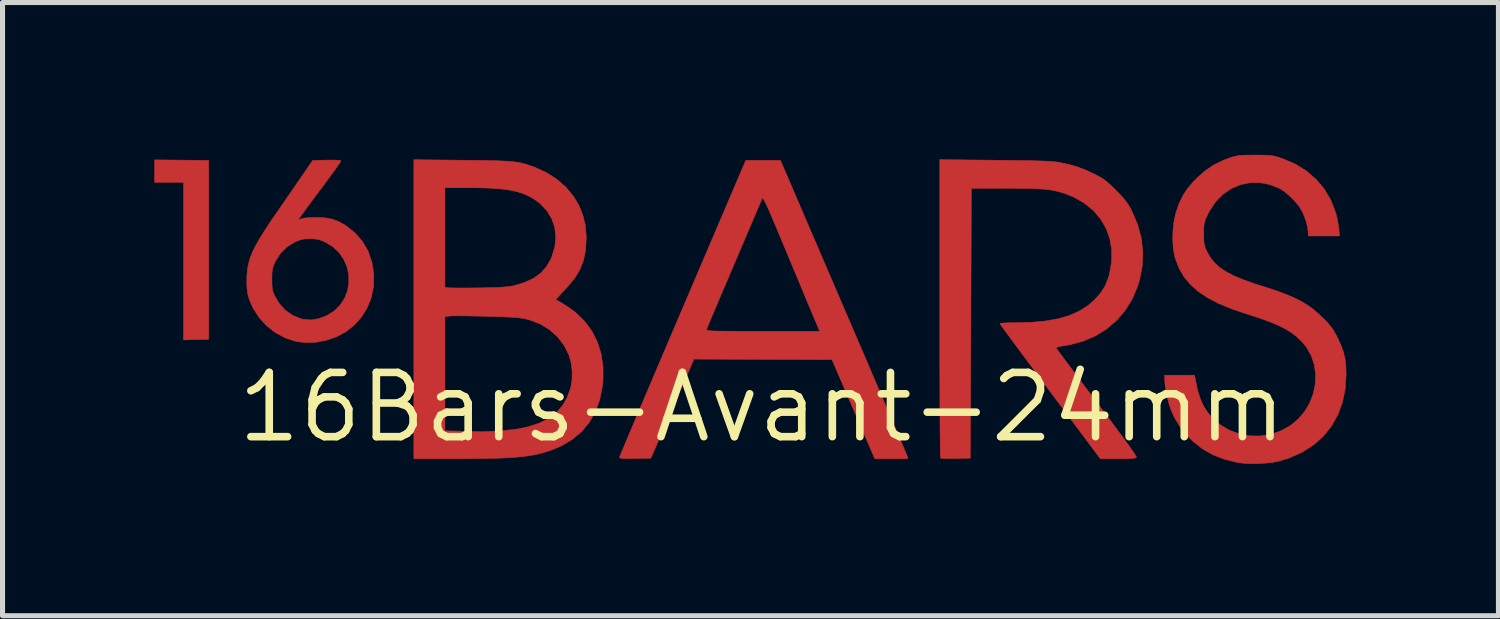
<source format=kicad_pcb>
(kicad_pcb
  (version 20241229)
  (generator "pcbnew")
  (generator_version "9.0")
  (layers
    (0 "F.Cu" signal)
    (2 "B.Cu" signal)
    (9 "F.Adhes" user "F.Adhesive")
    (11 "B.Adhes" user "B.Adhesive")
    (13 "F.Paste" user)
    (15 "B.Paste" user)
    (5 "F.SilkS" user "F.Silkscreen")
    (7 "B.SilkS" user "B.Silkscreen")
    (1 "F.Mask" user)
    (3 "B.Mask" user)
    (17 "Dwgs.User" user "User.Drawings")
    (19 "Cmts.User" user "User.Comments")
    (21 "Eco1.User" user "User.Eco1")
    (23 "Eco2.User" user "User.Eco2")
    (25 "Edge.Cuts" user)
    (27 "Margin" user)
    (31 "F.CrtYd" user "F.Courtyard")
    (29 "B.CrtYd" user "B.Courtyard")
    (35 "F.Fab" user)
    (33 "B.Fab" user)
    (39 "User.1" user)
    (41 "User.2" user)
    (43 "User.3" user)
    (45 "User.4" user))
  (footprint "16Bars-Avant-24mm"
    (layer "F.Cu")
    (at 12.007 4.999)
    (property "Reference" "16Bars-Avant-24mm" (at 0 0 0) (layer "F.SilkS") (effects (font (size 1.27 1.27) (thickness 0.15))))
    (attr through_hole)
    (fp_poly (pts (xy -10.933 -4.879) (xy -10.933 -1.344) (xy -11.43 -1.332) (xy -11.43 -4.445) (xy -12.002 -4.445) (xy -12.002 -4.89) (xy -10.933 -4.879)) (stroke (width 0.01) (type solid)) (fill yes) (layer "F.Cu"))
    (fp_poly (pts (xy 1.612 -1.979) (xy 1.756 -1.646) (xy 1.894 -1.322) (xy 2.028 -1.012) (xy 2.155 -0.715) (xy 2.274 -0.436) (xy 2.386 -0.175) (xy 2.488 0.064) (xy 2.58 0.28) (xy 2.662 0.471) (xy 2.731 0.634) (xy 2.788 0.768) (xy 2.83 0.869) (xy 2.858 0.936) (xy 2.871 0.967) (xy 2.871 0.968) (xy 2.883 1.016) (xy 2.23 1.016) (xy 1.807 0.037) (xy 1.384 -0.942) (xy 0.02 -0.947) (xy -1.344 -0.953) (xy -1.769 0.026) (xy -2.195 1.005) (xy -2.505 1.011) (xy -2.631 1.013) (xy -2.72 1.012) (xy -2.777 1.008) (xy -2.807 1) (xy -2.815 0.99) (xy -2.807 0.968) (xy -2.783 0.909) (xy -2.744 0.815) (xy -2.691 0.689) (xy -2.626 0.533) (xy -2.548 0.348) (xy -2.459 0.138) (xy -2.36 -0.097) (xy -2.251 -0.353) (xy -2.134 -0.628) (xy -2.009 -0.921) (xy -1.878 -1.23) (xy -1.749 -1.532) (xy -1.095 -1.532) (xy -1.089 -1.525) (xy -1.074 -1.519) (xy -1.045 -1.515) (xy -1 -1.511) (xy -0.936 -1.508) (xy -0.848 -1.506) (xy -0.735 -1.505) (xy -0.591 -1.504) (xy -0.415 -1.503) (xy -0.203 -1.503) (xy 0.018 -1.503) (xy 1.142 -1.503) (xy 1.09 -1.625) (xy 1.072 -1.666) (xy 1.04 -1.742) (xy 0.995 -1.85) (xy 0.938 -1.986) (xy 0.871 -2.145) (xy 0.796 -2.325) (xy 0.715 -2.522) (xy 0.627 -2.731) (xy 0.537 -2.949) (xy 0.531 -2.963) (xy 0.426 -3.213) (xy 0.337 -3.427) (xy 0.261 -3.606) (xy 0.198 -3.755) (xy 0.146 -3.874) (xy 0.105 -3.967) (xy 0.072 -4.037) (xy 0.047 -4.086) (xy 0.029 -4.117) (xy 0.016 -4.132) (xy 0.008 -4.134) (xy 0.003 -4.127) (xy -0.009 -4.099) (xy -0.035 -4.035) (xy -0.076 -3.939) (xy -0.129 -3.815) (xy -0.193 -3.665) (xy -0.266 -3.494) (xy -0.347 -3.304) (xy -0.434 -3.1) (xy -0.526 -2.884) (xy -0.551 -2.826) (xy -0.644 -2.608) (xy -0.732 -2.401) (xy -0.814 -2.209) (xy -0.888 -2.034) (xy -0.953 -1.88) (xy -1.008 -1.751) (xy -1.05 -1.649) (xy -1.079 -1.579) (xy -1.094 -1.543) (xy -1.095 -1.54) (xy -1.095 -1.532) (xy -1.749 -1.532) (xy -1.741 -1.551) (xy -1.599 -1.883) (xy -1.567 -1.958) (xy -0.32 -4.879) (xy 0.366 -4.879) (xy 1.612 -1.979)) (stroke (width 0.01) (type solid)) (fill yes) (layer "F.Cu"))
    (fp_poly (pts (xy -8.379 -4.883) (xy -8.329 -4.876) (xy -8.319 -4.869) (xy -8.331 -4.847) (xy -8.366 -4.796) (xy -8.42 -4.719) (xy -8.491 -4.621) (xy -8.576 -4.505) (xy -8.671 -4.377) (xy -8.742 -4.283) (xy -8.843 -4.148) (xy -8.934 -4.024) (xy -9.014 -3.916) (xy -9.079 -3.826) (xy -9.126 -3.76) (xy -9.153 -3.72) (xy -9.158 -3.711) (xy -9.135 -3.713) (xy -9.091 -3.728) (xy -9.089 -3.728) (xy -9.04 -3.74) (xy -8.961 -3.748) (xy -8.863 -3.753) (xy -8.805 -3.753) (xy -8.635 -3.745) (xy -8.491 -3.718) (xy -8.36 -3.669) (xy -8.227 -3.593) (xy -8.217 -3.586) (xy -8.038 -3.444) (xy -7.892 -3.276) (xy -7.783 -3.086) (xy -7.709 -2.874) (xy -7.671 -2.642) (xy -7.669 -2.614) (xy -7.676 -2.382) (xy -7.722 -2.162) (xy -7.806 -1.956) (xy -7.926 -1.769) (xy -8.08 -1.604) (xy -8.228 -1.49) (xy -8.403 -1.396) (xy -8.598 -1.328) (xy -8.804 -1.287) (xy -9.009 -1.277) (xy -9.201 -1.3) (xy -9.207 -1.302) (xy -9.419 -1.371) (xy -9.615 -1.476) (xy -9.79 -1.614) (xy -9.941 -1.779) (xy -10.06 -1.967) (xy -10.133 -2.137) (xy -10.158 -2.226) (xy -10.173 -2.318) (xy -10.18 -2.428) (xy -10.18 -2.487) (xy -10.179 -2.529) (xy -9.684 -2.529) (xy -9.682 -2.425) (xy -9.677 -2.35) (xy -9.664 -2.29) (xy -9.643 -2.231) (xy -9.627 -2.197) (xy -9.535 -2.046) (xy -9.415 -1.917) (xy -9.273 -1.817) (xy -9.116 -1.752) (xy -9.058 -1.738) (xy -8.907 -1.727) (xy -8.752 -1.753) (xy -8.6 -1.812) (xy -8.452 -1.904) (xy -8.334 -2.02) (xy -8.247 -2.155) (xy -8.19 -2.303) (xy -8.163 -2.459) (xy -8.166 -2.617) (xy -8.199 -2.773) (xy -8.262 -2.921) (xy -8.355 -3.056) (xy -8.477 -3.172) (xy -8.628 -3.264) (xy -8.63 -3.265) (xy -8.717 -3.302) (xy -8.791 -3.322) (xy -8.873 -3.33) (xy -8.932 -3.331) (xy -9.03 -3.328) (xy -9.106 -3.315) (xy -9.182 -3.288) (xy -9.23 -3.267) (xy -9.387 -3.17) (xy -9.516 -3.043) (xy -9.615 -2.885) (xy -9.618 -2.879) (xy -9.649 -2.81) (xy -9.668 -2.752) (xy -9.679 -2.691) (xy -9.683 -2.613) (xy -9.684 -2.529) (xy -10.179 -2.529) (xy -10.177 -2.615) (xy -10.166 -2.733) (xy -10.144 -2.847) (xy -10.11 -2.961) (xy -10.062 -3.081) (xy -9.996 -3.211) (xy -9.912 -3.357) (xy -9.807 -3.524) (xy -9.679 -3.716) (xy -9.604 -3.824) (xy -9.503 -3.971) (xy -9.398 -4.123) (xy -9.296 -4.271) (xy -9.202 -4.408) (xy -9.121 -4.525) (xy -9.067 -4.604) (xy -8.878 -4.879) (xy -8.598 -4.885) (xy -8.469 -4.886) (xy -8.379 -4.883)) (stroke (width 0.01) (type solid)) (fill yes) (layer "F.Cu"))
    (fp_poly (pts (xy 4.609 -4.883) (xy 4.866 -4.881) (xy 5.084 -4.878) (xy 5.267 -4.875) (xy 5.42 -4.871) (xy 5.545 -4.867) (xy 5.647 -4.863) (xy 5.73 -4.857) (xy 5.796 -4.851) (xy 5.851 -4.844) (xy 5.884 -4.838) (xy 6.077 -4.796) (xy 6.246 -4.747) (xy 6.406 -4.685) (xy 6.567 -4.61) (xy 6.661 -4.561) (xy 6.738 -4.516) (xy 6.806 -4.466) (xy 6.878 -4.403) (xy 6.964 -4.32) (xy 6.997 -4.288) (xy 7.093 -4.189) (xy 7.165 -4.108) (xy 7.221 -4.032) (xy 7.27 -3.953) (xy 7.307 -3.884) (xy 7.423 -3.615) (xy 7.496 -3.344) (xy 7.527 -3.071) (xy 7.516 -2.796) (xy 7.463 -2.52) (xy 7.428 -2.403) (xy 7.323 -2.151) (xy 7.185 -1.924) (xy 7.016 -1.725) (xy 6.819 -1.554) (xy 6.596 -1.414) (xy 6.349 -1.307) (xy 6.08 -1.235) (xy 5.98 -1.218) (xy 5.902 -1.205) (xy 5.843 -1.191) (xy 5.814 -1.179) (xy 5.812 -1.177) (xy 5.825 -1.157) (xy 5.861 -1.107) (xy 5.919 -1.029) (xy 5.995 -0.925) (xy 6.089 -0.8) (xy 6.197 -0.656) (xy 6.317 -0.495) (xy 6.448 -0.321) (xy 6.587 -0.137) (xy 6.613 -0.102) (xy 6.779 0.118) (xy 6.928 0.318) (xy 7.059 0.494) (xy 7.171 0.647) (xy 7.262 0.773) (xy 7.331 0.871) (xy 7.377 0.941) (xy 7.399 0.979) (xy 7.4 0.985) (xy 7.389 0.997) (xy 7.361 1.005) (xy 7.31 1.011) (xy 7.232 1.014) (xy 7.12 1.016) (xy 7.038 1.016) (xy 6.687 1.016) (xy 5.698 -0.307) (xy 5.542 -0.517) (xy 5.394 -0.716) (xy 5.254 -0.903) (xy 5.126 -1.075) (xy 5.011 -1.23) (xy 4.912 -1.365) (xy 4.829 -1.477) (xy 4.766 -1.563) (xy 4.723 -1.622) (xy 4.704 -1.65) (xy 4.703 -1.652) (xy 4.72 -1.66) (xy 4.776 -1.666) (xy 4.867 -1.67) (xy 4.99 -1.672) (xy 5.021 -1.672) (xy 5.339 -1.681) (xy 5.621 -1.708) (xy 5.871 -1.754) (xy 6.09 -1.82) (xy 6.281 -1.907) (xy 6.448 -2.015) (xy 6.574 -2.125) (xy 6.694 -2.261) (xy 6.782 -2.4) (xy 6.845 -2.556) (xy 6.868 -2.635) (xy 6.91 -2.876) (xy 6.912 -3.108) (xy 6.875 -3.329) (xy 6.801 -3.534) (xy 6.692 -3.722) (xy 6.548 -3.89) (xy 6.372 -4.034) (xy 6.165 -4.153) (xy 5.997 -4.221) (xy 5.911 -4.248) (xy 5.83 -4.27) (xy 5.746 -4.288) (xy 5.654 -4.302) (xy 5.549 -4.312) (xy 5.425 -4.319) (xy 5.276 -4.324) (xy 5.098 -4.326) (xy 4.884 -4.327) (xy 4.837 -4.328) (xy 4.138 -4.329) (xy 4.128 -1.662) (xy 4.117 1.005) (xy 3.83 1.011) (xy 3.724 1.012) (xy 3.633 1.011) (xy 3.566 1.008) (xy 3.531 1.004) (xy 3.528 1.002) (xy 3.527 0.98) (xy 3.525 0.917) (xy 3.523 0.818) (xy 3.522 0.683) (xy 3.52 0.515) (xy 3.519 0.317) (xy 3.518 0.091) (xy 3.517 -0.16) (xy 3.516 -0.434) (xy 3.515 -0.729) (xy 3.514 -1.041) (xy 3.514 -1.37) (xy 3.514 -1.712) (xy 3.514 -1.953) (xy 3.514 -4.894) (xy 4.609 -4.883)) (stroke (width 0.01) (type solid)) (fill yes) (layer "F.Cu"))
    (fp_poly (pts (xy -5.921 -4.883) (xy -5.678 -4.881) (xy -5.472 -4.878) (xy -5.299 -4.874) (xy -5.155 -4.869) (xy -5.035 -4.863) (xy -4.934 -4.855) (xy -4.848 -4.844) (xy -4.772 -4.831) (xy -4.701 -4.814) (xy -4.631 -4.793) (xy -4.558 -4.768) (xy -4.49 -4.744) (xy -4.261 -4.64) (xy -4.054 -4.507) (xy -3.873 -4.349) (xy -3.723 -4.168) (xy -3.621 -3.997) (xy -3.541 -3.802) (xy -3.492 -3.603) (xy -3.473 -3.386) (xy -3.472 -3.334) (xy -3.485 -3.106) (xy -3.526 -2.904) (xy -3.598 -2.72) (xy -3.704 -2.546) (xy -3.848 -2.374) (xy -3.891 -2.329) (xy -3.963 -2.255) (xy -4.02 -2.193) (xy -4.058 -2.147) (xy -4.072 -2.124) (xy -4.071 -2.122) (xy -4.026 -2.101) (xy -3.958 -2.062) (xy -3.877 -2.011) (xy -3.794 -1.955) (xy -3.719 -1.902) (xy -3.679 -1.87) (xy -3.502 -1.699) (xy -3.359 -1.504) (xy -3.25 -1.287) (xy -3.177 -1.051) (xy -3.14 -0.799) (xy -3.14 -0.533) (xy -3.153 -0.413) (xy -3.206 -0.15) (xy -3.292 0.086) (xy -3.41 0.295) (xy -3.561 0.477) (xy -3.745 0.632) (xy -3.961 0.76) (xy -4.113 0.827) (xy -4.223 0.866) (xy -4.334 0.9) (xy -4.451 0.929) (xy -4.577 0.953) (xy -4.717 0.972) (xy -4.875 0.987) (xy -5.055 0.999) (xy -5.261 1.007) (xy -5.497 1.012) (xy -5.768 1.015) (xy -6.048 1.016) (xy -6.879 1.016) (xy -6.879 -1.794) (xy -6.265 -1.794) (xy -6.265 0.464) (xy -5.974 0.471) (xy -5.857 0.474) (xy -5.745 0.477) (xy -5.649 0.479) (xy -5.583 0.482) (xy -5.577 0.482) (xy -5.517 0.482) (xy -5.426 0.479) (xy -5.315 0.474) (xy -5.195 0.467) (xy -5.161 0.465) (xy -4.872 0.435) (xy -4.619 0.384) (xy -4.402 0.314) (xy -4.217 0.221) (xy -4.064 0.106) (xy -3.942 -0.032) (xy -3.848 -0.196) (xy -3.781 -0.384) (xy -3.776 -0.402) (xy -3.753 -0.55) (xy -3.751 -0.714) (xy -3.77 -0.876) (xy -3.808 -1.019) (xy -3.809 -1.021) (xy -3.905 -1.217) (xy -4.035 -1.388) (xy -4.194 -1.531) (xy -4.381 -1.646) (xy -4.592 -1.727) (xy -4.629 -1.737) (xy -4.685 -1.751) (xy -4.746 -1.761) (xy -4.818 -1.77) (xy -4.907 -1.778) (xy -5.018 -1.784) (xy -5.157 -1.79) (xy -5.33 -1.795) (xy -5.419 -1.798) (xy -5.583 -1.802) (xy -5.739 -1.805) (xy -5.88 -1.807) (xy -6 -1.808) (xy -6.091 -1.807) (xy -6.148 -1.805) (xy -6.154 -1.805) (xy -6.265 -1.794) (xy -6.879 -1.794) (xy -6.879 -2.373) (xy -6.265 -2.373) (xy -6.207 -2.363) (xy -6.17 -2.361) (xy -6.098 -2.359) (xy -5.996 -2.358) (xy -5.871 -2.358) (xy -5.729 -2.359) (xy -5.609 -2.36) (xy -5.418 -2.363) (xy -5.264 -2.368) (xy -5.141 -2.374) (xy -5.043 -2.382) (xy -4.964 -2.392) (xy -4.913 -2.402) (xy -4.699 -2.464) (xy -4.52 -2.546) (xy -4.374 -2.65) (xy -4.259 -2.778) (xy -4.17 -2.933) (xy -4.151 -2.979) (xy -4.092 -3.178) (xy -4.074 -3.372) (xy -4.096 -3.558) (xy -4.156 -3.731) (xy -4.252 -3.889) (xy -4.386 -4.028) (xy -4.494 -4.109) (xy -4.603 -4.172) (xy -4.72 -4.224) (xy -4.85 -4.264) (xy -4.998 -4.295) (xy -5.169 -4.317) (xy -5.368 -4.331) (xy -5.601 -4.338) (xy -5.763 -4.339) (xy -6.265 -4.339) (xy -6.265 -2.373) (xy -6.879 -2.373) (xy -6.879 -4.893) (xy -5.921 -4.883)) (stroke (width 0.01) (type solid)) (fill yes) (layer "F.Cu"))
    (fp_poly (pts (xy 9.876 -4.984) (xy 9.972 -4.982) (xy 10.046 -4.977) (xy 10.108 -4.968) (xy 10.167 -4.954) (xy 10.234 -4.933) (xy 10.287 -4.915) (xy 10.539 -4.807) (xy 10.762 -4.669) (xy 10.954 -4.503) (xy 11.115 -4.309) (xy 11.244 -4.089) (xy 11.338 -3.845) (xy 11.345 -3.822) (xy 11.369 -3.72) (xy 11.39 -3.606) (xy 11.4 -3.534) (xy 11.414 -3.387) (xy 10.795 -3.387) (xy 10.795 -3.455) (xy 10.784 -3.551) (xy 10.755 -3.668) (xy 10.711 -3.792) (xy 10.676 -3.871) (xy 10.616 -3.969) (xy 10.529 -4.075) (xy 10.428 -4.177) (xy 10.324 -4.265) (xy 10.229 -4.326) (xy 10.033 -4.403) (xy 9.835 -4.44) (xy 9.64 -4.438) (xy 9.452 -4.399) (xy 9.275 -4.323) (xy 9.113 -4.212) (xy 8.97 -4.068) (xy 8.851 -3.892) (xy 8.823 -3.84) (xy 8.782 -3.756) (xy 8.756 -3.693) (xy 8.741 -3.637) (xy 8.733 -3.574) (xy 8.731 -3.491) (xy 8.731 -3.43) (xy 8.732 -3.327) (xy 8.736 -3.253) (xy 8.747 -3.195) (xy 8.765 -3.141) (xy 8.794 -3.078) (xy 8.8 -3.065) (xy 8.866 -2.953) (xy 8.946 -2.853) (xy 9.047 -2.762) (xy 9.172 -2.679) (xy 9.324 -2.599) (xy 9.508 -2.522) (xy 9.728 -2.444) (xy 9.864 -2.401) (xy 10.101 -2.325) (xy 10.303 -2.253) (xy 10.475 -2.183) (xy 10.623 -2.112) (xy 10.754 -2.036) (xy 10.874 -1.953) (xy 10.987 -1.858) (xy 11.093 -1.758) (xy 11.182 -1.666) (xy 11.248 -1.588) (xy 11.302 -1.509) (xy 11.353 -1.417) (xy 11.374 -1.376) (xy 11.445 -1.219) (xy 11.494 -1.081) (xy 11.525 -0.946) (xy 11.54 -0.798) (xy 11.544 -0.646) (xy 11.526 -0.36) (xy 11.47 -0.094) (xy 11.379 0.151) (xy 11.253 0.373) (xy 11.094 0.57) (xy 10.903 0.741) (xy 10.681 0.884) (xy 10.43 0.997) (xy 10.225 1.062) (xy 10.086 1.089) (xy 9.922 1.106) (xy 9.747 1.114) (xy 9.579 1.111) (xy 9.431 1.096) (xy 9.398 1.091) (xy 9.14 1.027) (xy 8.912 0.939) (xy 8.708 0.823) (xy 8.52 0.675) (xy 8.432 0.589) (xy 8.277 0.406) (xy 8.155 0.209) (xy 8.086 0.057) (xy 8.048 -0.056) (xy 8.012 -0.189) (xy 7.984 -0.328) (xy 7.965 -0.457) (xy 7.959 -0.553) (xy 7.959 -0.635) (xy 8.549 -0.635) (xy 8.563 -0.556) (xy 8.607 -0.345) (xy 8.662 -0.169) (xy 8.731 -0.018) (xy 8.818 0.114) (xy 8.885 0.193) (xy 9.047 0.338) (xy 9.231 0.449) (xy 9.43 0.525) (xy 9.639 0.564) (xy 9.855 0.566) (xy 10.07 0.529) (xy 10.266 0.46) (xy 10.446 0.359) (xy 10.6 0.23) (xy 10.727 0.08) (xy 10.826 -0.089) (xy 10.895 -0.269) (xy 10.934 -0.457) (xy 10.941 -0.648) (xy 10.916 -0.836) (xy 10.856 -1.017) (xy 10.761 -1.186) (xy 10.673 -1.295) (xy 10.577 -1.387) (xy 10.469 -1.471) (xy 10.344 -1.548) (xy 10.196 -1.623) (xy 10.02 -1.696) (xy 9.813 -1.77) (xy 9.582 -1.844) (xy 9.284 -1.945) (xy 9.025 -2.052) (xy 8.804 -2.167) (xy 8.617 -2.293) (xy 8.463 -2.431) (xy 8.339 -2.582) (xy 8.242 -2.75) (xy 8.17 -2.936) (xy 8.156 -2.986) (xy 8.129 -3.131) (xy 8.118 -3.301) (xy 8.122 -3.481) (xy 8.14 -3.659) (xy 8.173 -3.818) (xy 8.18 -3.842) (xy 8.243 -4.025) (xy 8.316 -4.18) (xy 8.407 -4.32) (xy 8.525 -4.458) (xy 8.584 -4.519) (xy 8.753 -4.671) (xy 8.928 -4.79) (xy 9.122 -4.884) (xy 9.26 -4.935) (xy 9.323 -4.955) (xy 9.382 -4.968) (xy 9.447 -4.977) (xy 9.527 -4.982) (xy 9.633 -4.984) (xy 9.747 -4.985) (xy 9.876 -4.984)) (stroke (width 0.01) (type solid)) (fill yes) (layer "F.Cu"))
    (fp_poly (pts (xy -10.933 -4.879) (xy -10.933 -1.344) (xy -11.43 -1.332) (xy -11.43 -4.445) (xy -12.002 -4.445) (xy -12.002 -4.89) (xy -10.933 -4.879)) (stroke (width 0.01) (type solid)) (fill yes) (layer "F.Mask"))
    (fp_poly (pts (xy 1.612 -1.979) (xy 1.755 -1.646) (xy 1.894 -1.322) (xy 2.027 -1.012) (xy 2.154 -0.715) (xy 2.274 -0.436) (xy 2.386 -0.175) (xy 2.488 0.064) (xy 2.58 0.28) (xy 2.662 0.471) (xy 2.731 0.634) (xy 2.787 0.768) (xy 2.83 0.869) (xy 2.858 0.936) (xy 2.87 0.967) (xy 2.871 0.968) (xy 2.883 1.016) (xy 2.231 1.016) (xy 1.808 0.037) (xy 1.384 -0.942) (xy 0.02 -0.947) (xy -1.344 -0.953) (xy -1.77 0.026) (xy -2.196 1.005) (xy -2.508 1.011) (xy -2.82 1.017) (xy -2.808 0.969) (xy -2.798 0.944) (xy -2.773 0.883) (xy -2.733 0.787) (xy -2.679 0.658) (xy -2.612 0.5) (xy -2.533 0.313) (xy -2.443 0.101) (xy -2.343 -0.135) (xy -2.233 -0.393) (xy -2.116 -0.67) (xy -1.991 -0.964) (xy -1.859 -1.272) (xy -1.754 -1.518) (xy -1.101 -1.518) (xy -1.08 -1.515) (xy -1.021 -1.512) (xy -0.928 -1.51) (xy -0.804 -1.508) (xy -0.653 -1.506) (xy -0.479 -1.504) (xy -0.286 -1.503) (xy -0.078 -1.503) (xy 0.02 -1.503) (xy 1.141 -1.503) (xy 1.041 -1.742) (xy 0.87 -2.156) (xy 0.714 -2.53) (xy 0.574 -2.866) (xy 0.45 -3.162) (xy 0.341 -3.419) (xy 0.249 -3.638) (xy 0.172 -3.818) (xy 0.11 -3.959) (xy 0.065 -4.062) (xy 0.034 -4.126) (xy 0.02 -4.152) (xy 0.019 -4.152) (xy 0.008 -4.131) (xy -0.017 -4.074) (xy -0.055 -3.987) (xy -0.105 -3.872) (xy -0.164 -3.733) (xy -0.232 -3.576) (xy -0.306 -3.402) (xy -0.385 -3.218) (xy -0.467 -3.025) (xy -0.55 -2.829) (xy -0.634 -2.633) (xy -0.715 -2.441) (xy -0.793 -2.257) (xy -0.866 -2.084) (xy -0.932 -1.928) (xy -0.989 -1.791) (xy -1.036 -1.677) (xy -1.072 -1.592) (xy -1.094 -1.537) (xy -1.101 -1.518) (xy -1.754 -1.518) (xy -1.722 -1.594) (xy -1.58 -1.926) (xy -1.558 -1.979) (xy -0.319 -4.879) (xy 0.365 -4.879) (xy 1.612 -1.979)) (stroke (width 0.01) (type solid)) (fill yes) (layer "F.Mask"))
    (fp_poly (pts (xy -8.379 -4.883) (xy -8.329 -4.876) (xy -8.319 -4.869) (xy -8.331 -4.847) (xy -8.366 -4.796) (xy -8.42 -4.719) (xy -8.491 -4.621) (xy -8.576 -4.505) (xy -8.671 -4.377) (xy -8.742 -4.283) (xy -8.843 -4.148) (xy -8.934 -4.025) (xy -9.014 -3.916) (xy -9.08 -3.827) (xy -9.127 -3.761) (xy -9.155 -3.722) (xy -9.16 -3.713) (xy -9.138 -3.715) (xy -9.087 -3.724) (xy -9.017 -3.74) (xy -8.826 -3.764) (xy -8.635 -3.748) (xy -8.448 -3.697) (xy -8.27 -3.614) (xy -8.107 -3.5) (xy -7.962 -3.36) (xy -7.84 -3.196) (xy -7.748 -3.011) (xy -7.72 -2.932) (xy -7.694 -2.816) (xy -7.678 -2.676) (xy -7.672 -2.527) (xy -7.676 -2.382) (xy -7.692 -2.257) (xy -7.703 -2.212) (xy -7.779 -2.013) (xy -7.891 -1.824) (xy -8.031 -1.655) (xy -8.193 -1.514) (xy -8.229 -1.49) (xy -8.403 -1.396) (xy -8.598 -1.328) (xy -8.804 -1.287) (xy -9.008 -1.278) (xy -9.2 -1.3) (xy -9.207 -1.302) (xy -9.42 -1.37) (xy -9.613 -1.475) (xy -9.791 -1.619) (xy -9.821 -1.649) (xy -9.965 -1.814) (xy -10.069 -1.981) (xy -10.138 -2.158) (xy -10.174 -2.352) (xy -10.18 -2.484) (xy -9.693 -2.484) (xy -9.663 -2.31) (xy -9.597 -2.145) (xy -9.493 -1.994) (xy -9.471 -1.969) (xy -9.335 -1.853) (xy -9.183 -1.774) (xy -9.019 -1.733) (xy -8.849 -1.732) (xy -8.678 -1.772) (xy -8.522 -1.848) (xy -8.391 -1.955) (xy -8.287 -2.085) (xy -8.213 -2.235) (xy -8.171 -2.398) (xy -8.162 -2.568) (xy -8.189 -2.741) (xy -8.247 -2.897) (xy -8.342 -3.043) (xy -8.469 -3.167) (xy -8.624 -3.262) (xy -8.631 -3.265) (xy -8.792 -3.319) (xy -8.957 -3.333) (xy -9.12 -3.309) (xy -9.274 -3.25) (xy -9.412 -3.157) (xy -9.53 -3.032) (xy -9.554 -2.998) (xy -9.639 -2.834) (xy -9.685 -2.661) (xy -9.693 -2.484) (xy -10.18 -2.484) (xy -10.181 -2.506) (xy -10.177 -2.631) (xy -10.164 -2.75) (xy -10.139 -2.866) (xy -10.101 -2.984) (xy -10.046 -3.111) (xy -9.974 -3.249) (xy -9.882 -3.405) (xy -9.767 -3.584) (xy -9.629 -3.789) (xy -9.604 -3.825) (xy -9.503 -3.972) (xy -9.398 -4.123) (xy -9.296 -4.272) (xy -9.201 -4.408) (xy -9.121 -4.525) (xy -9.067 -4.604) (xy -8.878 -4.879) (xy -8.598 -4.885) (xy -8.469 -4.886) (xy -8.379 -4.883)) (stroke (width 0.01) (type solid)) (fill yes) (layer "F.Mask"))
    (fp_poly (pts (xy 4.985 -4.885) (xy 5.229 -4.881) (xy 5.442 -4.873) (xy 5.629 -4.86) (xy 5.794 -4.844) (xy 5.941 -4.822) (xy 6.074 -4.794) (xy 6.197 -4.76) (xy 6.314 -4.72) (xy 6.429 -4.672) (xy 6.535 -4.622) (xy 6.773 -4.483) (xy 6.98 -4.315) (xy 7.156 -4.119) (xy 7.3 -3.897) (xy 7.411 -3.651) (xy 7.486 -3.382) (xy 7.515 -3.212) (xy 7.528 -2.944) (xy 7.502 -2.682) (xy 7.439 -2.428) (xy 7.34 -2.188) (xy 7.209 -1.966) (xy 7.047 -1.765) (xy 6.856 -1.589) (xy 6.639 -1.443) (xy 6.551 -1.397) (xy 6.366 -1.315) (xy 6.195 -1.258) (xy 6.025 -1.223) (xy 5.949 -1.214) (xy 5.88 -1.205) (xy 5.829 -1.194) (xy 5.811 -1.187) (xy 5.822 -1.168) (xy 5.856 -1.118) (xy 5.912 -1.041) (xy 5.987 -0.938) (xy 6.079 -0.813) (xy 6.186 -0.669) (xy 6.306 -0.509) (xy 6.437 -0.335) (xy 6.576 -0.151) (xy 6.607 -0.109) (xy 6.772 0.11) (xy 6.921 0.309) (xy 7.052 0.486) (xy 7.164 0.639) (xy 7.256 0.766) (xy 7.327 0.866) (xy 7.374 0.937) (xy 7.398 0.977) (xy 7.4 0.986) (xy 7.388 0.997) (xy 7.36 1.006) (xy 7.309 1.011) (xy 7.23 1.014) (xy 7.117 1.016) (xy 7.039 1.016) (xy 6.689 1.016) (xy 5.696 -0.312) (xy 5.54 -0.521) (xy 5.391 -0.721) (xy 5.253 -0.908) (xy 5.126 -1.08) (xy 5.012 -1.235) (xy 4.914 -1.369) (xy 4.833 -1.481) (xy 4.772 -1.568) (xy 4.731 -1.626) (xy 4.713 -1.654) (xy 4.713 -1.656) (xy 4.736 -1.662) (xy 4.795 -1.667) (xy 4.88 -1.67) (xy 4.984 -1.672) (xy 5.034 -1.672) (xy 5.366 -1.683) (xy 5.662 -1.715) (xy 5.925 -1.77) (xy 6.154 -1.846) (xy 6.351 -1.946) (xy 6.518 -2.068) (xy 6.538 -2.086) (xy 6.667 -2.223) (xy 6.764 -2.367) (xy 6.836 -2.532) (xy 6.85 -2.574) (xy 6.903 -2.804) (xy 6.916 -3.03) (xy 6.892 -3.25) (xy 6.832 -3.459) (xy 6.737 -3.653) (xy 6.61 -3.828) (xy 6.451 -3.979) (xy 6.263 -4.103) (xy 6.221 -4.125) (xy 6.102 -4.18) (xy 5.981 -4.225) (xy 5.855 -4.261) (xy 5.717 -4.289) (xy 5.563 -4.31) (xy 5.387 -4.325) (xy 5.184 -4.333) (xy 4.95 -4.336) (xy 4.679 -4.335) (xy 4.667 -4.335) (xy 4.138 -4.329) (xy 4.128 -1.662) (xy 4.117 1.005) (xy 3.825 1.011) (xy 3.701 1.013) (xy 3.614 1.011) (xy 3.559 1.006) (xy 3.53 0.997) (xy 3.524 0.99) (xy 3.522 0.966) (xy 3.521 0.902) (xy 3.52 0.801) (xy 3.52 0.664) (xy 3.519 0.495) (xy 3.518 0.296) (xy 3.518 0.07) (xy 3.518 -0.182) (xy 3.517 -0.457) (xy 3.517 -0.752) (xy 3.518 -1.065) (xy 3.518 -1.394) (xy 3.518 -1.735) (xy 3.519 -1.958) (xy 3.524 -4.879) (xy 4.392 -4.885) (xy 4.708 -4.887) (xy 4.985 -4.885)) (stroke (width 0.01) (type solid)) (fill yes) (layer "F.Mask"))
    (fp_poly (pts (xy 9.865 -4.99) (xy 10.032 -4.975) (xy 10.179 -4.948) (xy 10.234 -4.932) (xy 10.488 -4.83) (xy 10.716 -4.698) (xy 10.914 -4.538) (xy 11.082 -4.351) (xy 11.218 -4.141) (xy 11.318 -3.911) (xy 11.382 -3.661) (xy 11.4 -3.534) (xy 11.414 -3.387) (xy 10.795 -3.387) (xy 10.795 -3.456) (xy 10.785 -3.542) (xy 10.76 -3.649) (xy 10.723 -3.762) (xy 10.68 -3.864) (xy 10.657 -3.908) (xy 10.536 -4.077) (xy 10.394 -4.214) (xy 10.233 -4.32) (xy 10.06 -4.392) (xy 9.879 -4.433) (xy 9.695 -4.44) (xy 9.513 -4.414) (xy 9.337 -4.355) (xy 9.172 -4.262) (xy 9.023 -4.135) (xy 8.916 -4.005) (xy 8.835 -3.88) (xy 8.781 -3.768) (xy 8.75 -3.654) (xy 8.735 -3.522) (xy 8.732 -3.429) (xy 8.733 -3.326) (xy 8.737 -3.253) (xy 8.747 -3.196) (xy 8.765 -3.142) (xy 8.794 -3.079) (xy 8.8 -3.065) (xy 8.898 -2.913) (xy 9.032 -2.776) (xy 9.198 -2.659) (xy 9.299 -2.605) (xy 9.377 -2.571) (xy 9.486 -2.529) (xy 9.613 -2.482) (xy 9.749 -2.436) (xy 9.853 -2.402) (xy 9.986 -2.36) (xy 10.116 -2.317) (xy 10.234 -2.278) (xy 10.329 -2.245) (xy 10.384 -2.225) (xy 10.595 -2.127) (xy 10.798 -2.003) (xy 10.985 -1.859) (xy 11.149 -1.701) (xy 11.284 -1.534) (xy 11.361 -1.406) (xy 11.465 -1.16) (xy 11.528 -0.904) (xy 11.55 -0.641) (xy 11.531 -0.372) (xy 11.47 -0.1) (xy 11.449 -0.032) (xy 11.347 0.207) (xy 11.211 0.423) (xy 11.043 0.615) (xy 10.845 0.78) (xy 10.62 0.915) (xy 10.37 1.02) (xy 10.2 1.069) (xy 10.075 1.091) (xy 9.924 1.106) (xy 9.762 1.112) (xy 9.602 1.111) (xy 9.461 1.1) (xy 9.395 1.09) (xy 9.122 1.019) (xy 8.873 0.914) (xy 8.649 0.777) (xy 8.454 0.612) (xy 8.288 0.419) (xy 8.154 0.202) (xy 8.053 -0.039) (xy 7.988 -0.3) (xy 7.966 -0.469) (xy 7.953 -0.635) (xy 8.544 -0.635) (xy 8.588 -0.424) (xy 8.638 -0.233) (xy 8.703 -0.072) (xy 8.788 0.069) (xy 8.899 0.202) (xy 8.921 0.225) (xy 9.071 0.358) (xy 9.226 0.455) (xy 9.392 0.519) (xy 9.579 0.553) (xy 9.747 0.561) (xy 9.943 0.55) (xy 10.114 0.517) (xy 10.274 0.456) (xy 10.434 0.364) (xy 10.456 0.349) (xy 10.615 0.218) (xy 10.743 0.064) (xy 10.839 -0.108) (xy 10.905 -0.293) (xy 10.938 -0.486) (xy 10.938 -0.68) (xy 10.904 -0.871) (xy 10.837 -1.053) (xy 10.734 -1.221) (xy 10.663 -1.305) (xy 10.567 -1.397) (xy 10.458 -1.48) (xy 10.331 -1.557) (xy 10.182 -1.63) (xy 10.005 -1.703) (xy 9.796 -1.777) (xy 9.599 -1.839) (xy 9.301 -1.939) (xy 9.042 -2.045) (xy 8.821 -2.158) (xy 8.634 -2.28) (xy 8.479 -2.414) (xy 8.354 -2.561) (xy 8.255 -2.724) (xy 8.182 -2.904) (xy 8.158 -2.985) (xy 8.133 -3.116) (xy 8.121 -3.274) (xy 8.121 -3.443) (xy 8.133 -3.61) (xy 8.157 -3.76) (xy 8.167 -3.799) (xy 8.253 -4.044) (xy 8.375 -4.267) (xy 8.528 -4.467) (xy 8.71 -4.64) (xy 8.918 -4.783) (xy 9.148 -4.893) (xy 9.384 -4.964) (xy 9.527 -4.985) (xy 9.692 -4.994) (xy 9.865 -4.99)) (stroke (width 0.01) (type solid)) (fill yes) (layer "F.Mask"))
    (fp_poly (pts (xy -6.059 -4.889) (xy -5.792 -4.888) (xy -5.563 -4.886) (xy -5.366 -4.882) (xy -5.199 -4.876) (xy -5.055 -4.866) (xy -4.931 -4.854) (xy -4.821 -4.837) (xy -4.722 -4.816) (xy -4.628 -4.791) (xy -4.535 -4.76) (xy -4.439 -4.723) (xy -4.429 -4.719) (xy -4.211 -4.612) (xy -4.013 -4.475) (xy -3.84 -4.312) (xy -3.697 -4.13) (xy -3.621 -3.997) (xy -3.54 -3.801) (xy -3.492 -3.602) (xy -3.473 -3.385) (xy -3.472 -3.334) (xy -3.485 -3.105) (xy -3.526 -2.902) (xy -3.599 -2.717) (xy -3.707 -2.542) (xy -3.852 -2.37) (xy -3.889 -2.331) (xy -3.962 -2.257) (xy -4.021 -2.196) (xy -4.063 -2.151) (xy -4.08 -2.13) (xy -4.081 -2.129) (xy -4.061 -2.117) (xy -4.014 -2.089) (xy -3.948 -2.05) (xy -3.926 -2.037) (xy -3.704 -1.884) (xy -3.517 -1.709) (xy -3.366 -1.512) (xy -3.253 -1.296) (xy -3.177 -1.061) (xy -3.139 -0.808) (xy -3.14 -0.539) (xy -3.153 -0.413) (xy -3.205 -0.151) (xy -3.29 0.083) (xy -3.408 0.291) (xy -3.558 0.473) (xy -3.741 0.628) (xy -3.957 0.757) (xy -4.207 0.86) (xy -4.49 0.937) (xy -4.58 0.955) (xy -4.639 0.966) (xy -4.698 0.974) (xy -4.762 0.981) (xy -4.835 0.987) (xy -4.922 0.992) (xy -5.027 0.996) (xy -5.155 1) (xy -5.309 1.003) (xy -5.495 1.006) (xy -5.716 1.008) (xy -5.847 1.01) (xy -6.879 1.021) (xy -6.879 -1.794) (xy -6.265 -1.794) (xy -6.265 0.464) (xy -5.974 0.471) (xy -5.857 0.474) (xy -5.745 0.477) (xy -5.649 0.479) (xy -5.583 0.482) (xy -5.577 0.482) (xy -5.517 0.482) (xy -5.426 0.479) (xy -5.315 0.474) (xy -5.195 0.467) (xy -5.161 0.465) (xy -4.871 0.434) (xy -4.618 0.384) (xy -4.4 0.313) (xy -4.215 0.22) (xy -4.062 0.105) (xy -3.94 -0.033) (xy -3.846 -0.196) (xy -3.78 -0.385) (xy -3.779 -0.391) (xy -3.747 -0.596) (xy -3.755 -0.797) (xy -3.8 -0.99) (xy -3.88 -1.171) (xy -3.993 -1.336) (xy -4.135 -1.482) (xy -4.306 -1.604) (xy -4.501 -1.698) (xy -4.614 -1.735) (xy -4.666 -1.749) (xy -4.721 -1.759) (xy -4.786 -1.768) (xy -4.864 -1.776) (xy -4.964 -1.782) (xy -5.089 -1.787) (xy -5.246 -1.793) (xy -5.408 -1.798) (xy -5.574 -1.802) (xy -5.731 -1.805) (xy -5.873 -1.807) (xy -5.994 -1.808) (xy -6.087 -1.807) (xy -6.146 -1.805) (xy -6.154 -1.805) (xy -6.265 -1.794) (xy -6.879 -1.794) (xy -6.879 -2.373) (xy -6.265 -2.373) (xy -6.207 -2.363) (xy -6.17 -2.361) (xy -6.098 -2.359) (xy -5.996 -2.358) (xy -5.871 -2.358) (xy -5.729 -2.359) (xy -5.609 -2.36) (xy -5.418 -2.363) (xy -5.264 -2.368) (xy -5.141 -2.374) (xy -5.043 -2.382) (xy -4.965 -2.392) (xy -4.912 -2.402) (xy -4.699 -2.463) (xy -4.522 -2.542) (xy -4.378 -2.643) (xy -4.263 -2.767) (xy -4.175 -2.918) (xy -4.146 -2.986) (xy -4.091 -3.185) (xy -4.076 -3.379) (xy -4.1 -3.564) (xy -4.16 -3.737) (xy -4.257 -3.894) (xy -4.387 -4.031) (xy -4.55 -4.143) (xy -4.599 -4.169) (xy -4.69 -4.211) (xy -4.775 -4.245) (xy -4.861 -4.272) (xy -4.955 -4.292) (xy -5.063 -4.307) (xy -5.19 -4.318) (xy -5.343 -4.326) (xy -5.528 -4.331) (xy -5.667 -4.334) (xy -6.265 -4.344) (xy -6.265 -2.373) (xy -6.879 -2.373) (xy -6.879 -4.889) (xy -6.059 -4.889)) (stroke (width 0.01) (type solid)) (fill yes) (layer "F.Mask")))
  (gr_rect
    (start -3 -3)
    (end 26.561 9.118)
    (stroke (width 0.1) (type default))
    (fill no)
    (layer "Edge.Cuts")))
</source>
